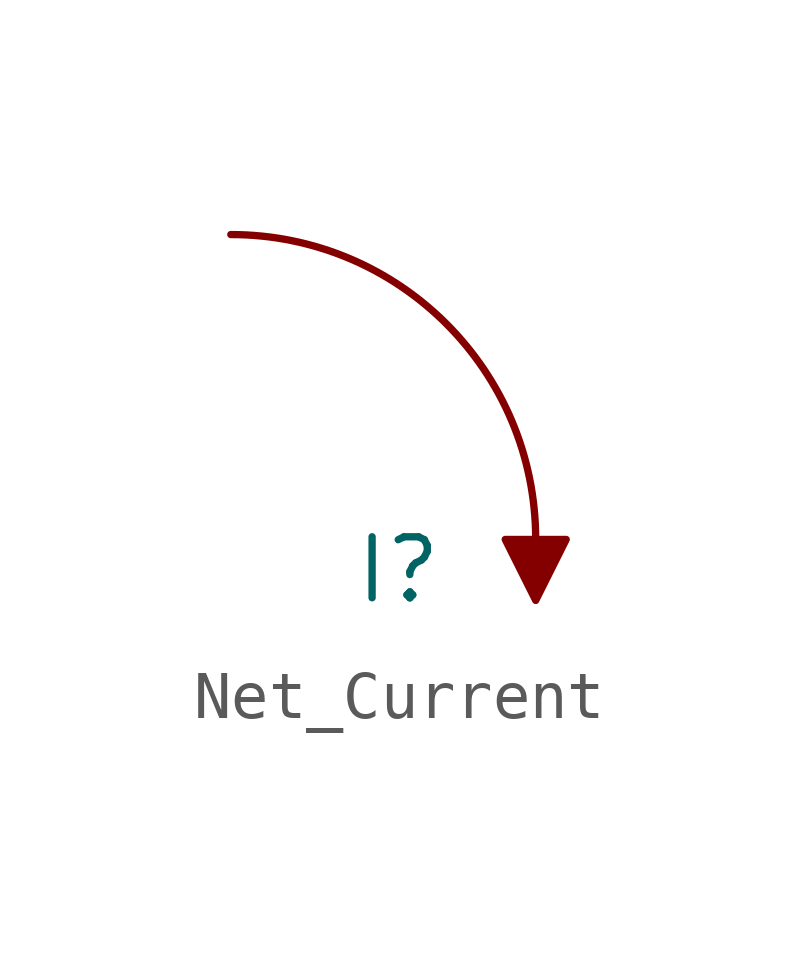
<source format=kicad_sym>
(kicad_symbol_lib
  (version 20220914)
  (generator kicad_symbol_editor)
  (symbol "Net_Current"
    (pin_numbers hide)
    (pin_names
      (offset 0) hide)
    (property "Reference" "I"
      (at 0.635 -3.81 0)
      (effects (font (size 1.27 1.27)) (justify left)))
    (symbol "Net_Current_0_1"
      (polyline (pts (xy 5.08 -3.175) (xy 3.81 -3.175) (xy 4.445 -4.445) (xy 5.08 -3.175)) (stroke (width 0.152) (type default)) (fill (type outline)))
      (arc (start 4.445 -3.175) (mid 2.5852 1.3152) (end -1.905 3.175) (stroke (width 0.1524) (type default)) (fill (type none)))
      (arc (start 4.445 -3.175) (mid 4.445 -3.175) (end 4.445 -3.175) (stroke (width 0.1524) (type default)) (fill (type none))))))
</source>
